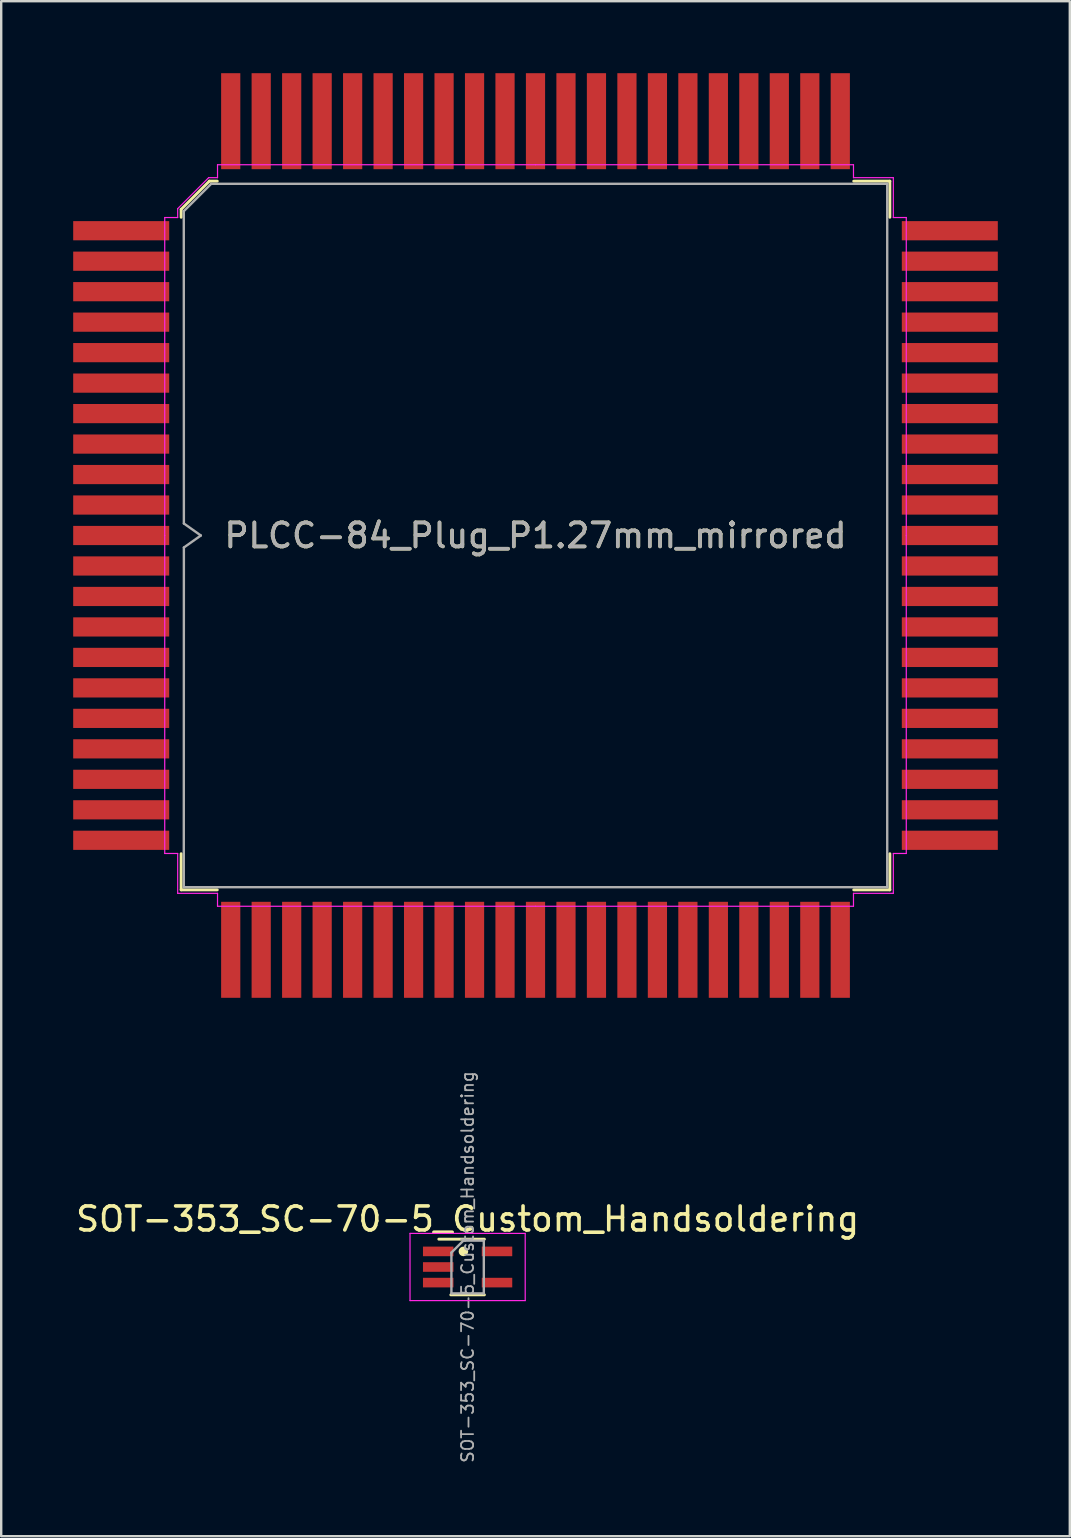
<source format=kicad_pcb>
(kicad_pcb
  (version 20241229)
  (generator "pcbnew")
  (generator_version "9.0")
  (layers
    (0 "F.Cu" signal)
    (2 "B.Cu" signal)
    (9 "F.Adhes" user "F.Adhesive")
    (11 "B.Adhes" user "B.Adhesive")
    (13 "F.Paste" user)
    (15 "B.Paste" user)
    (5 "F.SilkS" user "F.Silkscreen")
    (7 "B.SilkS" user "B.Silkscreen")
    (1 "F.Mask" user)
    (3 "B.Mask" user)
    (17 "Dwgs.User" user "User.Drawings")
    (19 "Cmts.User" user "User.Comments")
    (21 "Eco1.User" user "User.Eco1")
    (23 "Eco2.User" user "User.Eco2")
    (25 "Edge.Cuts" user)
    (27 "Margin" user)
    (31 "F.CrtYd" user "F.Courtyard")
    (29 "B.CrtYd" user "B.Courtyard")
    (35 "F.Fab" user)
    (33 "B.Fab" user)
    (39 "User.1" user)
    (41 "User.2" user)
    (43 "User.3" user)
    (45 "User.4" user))
  (footprint "PLCC-84_Plug_P1.27mm_mirrored"
    (layer "F.Cu")
    (at 19.264 19.264)
    (property "Reference" "PLCC-84_Plug_P1.27mm_mirrored" (at 0 0.001 180) (layer "F.SilkS") (effects (font (size 1 1) (thickness 0.15))))
    (attr smd)
    (fp_line (start -14.766 -13.591) (end -14.766 -13.26) (stroke (width 0.12) (type solid)) (layer "F.SilkS"))
    (fp_line (start -14.766 14.766) (end -14.766 13.26) (stroke (width 0.12) (type solid)) (layer "F.SilkS"))
    (fp_line (start -13.591 -14.766) (end -14.766 -13.591) (stroke (width 0.12) (type solid)) (layer "F.SilkS"))
    (fp_line (start -13.26 -14.766) (end -13.591 -14.766) (stroke (width 0.12) (type solid)) (layer "F.SilkS"))
    (fp_line (start -13.26 14.766) (end -14.766 14.766) (stroke (width 0.12) (type solid)) (layer "F.SilkS"))
    (fp_line (start 13.26 -14.766) (end 14.766 -14.766) (stroke (width 0.12) (type solid)) (layer "F.SilkS"))
    (fp_line (start 13.26 14.766) (end 14.766 14.766) (stroke (width 0.12) (type solid)) (layer "F.SilkS"))
    (fp_line (start 14.766 -14.766) (end 14.766 -13.26) (stroke (width 0.12) (type solid)) (layer "F.SilkS"))
    (fp_line (start 14.766 14.766) (end 14.766 13.26) (stroke (width 0.12) (type solid)) (layer "F.SilkS"))
    (fp_line (start -15.45 -13.25) (end -15.45 0) (stroke (width 0.05) (type solid)) (layer "F.CrtYd"))
    (fp_line (start -15.45 13.25) (end -15.45 0) (stroke (width 0.05) (type solid)) (layer "F.CrtYd"))
    (fp_line (start -14.91 -13.62) (end -14.91 -13.25) (stroke (width 0.05) (type solid)) (layer "F.CrtYd"))
    (fp_line (start -14.91 -13.25) (end -15.45 -13.25) (stroke (width 0.05) (type solid)) (layer "F.CrtYd"))
    (fp_line (start -14.91 13.25) (end -15.45 13.25) (stroke (width 0.05) (type solid)) (layer "F.CrtYd"))
    (fp_line (start -14.91 14.91) (end -14.91 13.25) (stroke (width 0.05) (type solid)) (layer "F.CrtYd"))
    (fp_line (start -13.62 -14.91) (end -14.91 -13.62) (stroke (width 0.05) (type solid)) (layer "F.CrtYd"))
    (fp_line (start -13.25 -15.45) (end -13.25 -14.91) (stroke (width 0.05) (type solid)) (layer "F.CrtYd"))
    (fp_line (start -13.25 -14.91) (end -13.62 -14.91) (stroke (width 0.05) (type solid)) (layer "F.CrtYd"))
    (fp_line (start -13.25 14.91) (end -14.91 14.91) (stroke (width 0.05) (type solid)) (layer "F.CrtYd"))
    (fp_line (start -13.25 15.45) (end -13.25 14.91) (stroke (width 0.05) (type solid)) (layer "F.CrtYd"))
    (fp_line (start 0 -15.45) (end -13.25 -15.45) (stroke (width 0.05) (type solid)) (layer "F.CrtYd"))
    (fp_line (start 0 -15.45) (end 13.25 -15.45) (stroke (width 0.05) (type solid)) (layer "F.CrtYd"))
    (fp_line (start 0 15.45) (end -13.25 15.45) (stroke (width 0.05) (type solid)) (layer "F.CrtYd"))
    (fp_line (start 0 15.45) (end 13.25 15.45) (stroke (width 0.05) (type solid)) (layer "F.CrtYd"))
    (fp_line (start 13.25 -15.45) (end 13.25 -14.91) (stroke (width 0.05) (type solid)) (layer "F.CrtYd"))
    (fp_line (start 13.25 -14.91) (end 14.91 -14.91) (stroke (width 0.05) (type solid)) (layer "F.CrtYd"))
    (fp_line (start 13.25 14.91) (end 14.91 14.91) (stroke (width 0.05) (type solid)) (layer "F.CrtYd"))
    (fp_line (start 13.25 15.45) (end 13.25 14.91) (stroke (width 0.05) (type solid)) (layer "F.CrtYd"))
    (fp_line (start 14.91 -14.91) (end 14.91 -13.25) (stroke (width 0.05) (type solid)) (layer "F.CrtYd"))
    (fp_line (start 14.91 -13.25) (end 15.45 -13.25) (stroke (width 0.05) (type solid)) (layer "F.CrtYd"))
    (fp_line (start 14.91 13.25) (end 15.45 13.25) (stroke (width 0.05) (type solid)) (layer "F.CrtYd"))
    (fp_line (start 14.91 14.91) (end 14.91 13.25) (stroke (width 0.05) (type solid)) (layer "F.CrtYd"))
    (fp_line (start 15.45 -13.25) (end 15.45 0) (stroke (width 0.05) (type solid)) (layer "F.CrtYd"))
    (fp_line (start 15.45 13.25) (end 15.45 0) (stroke (width 0.05) (type solid)) (layer "F.CrtYd"))
    (fp_line (start -14.656 -13.513) (end -13.513 -14.656) (stroke (width 0.1) (type solid)) (layer "F.Fab"))
    (fp_line (start -14.656 14.656) (end -14.652 0.5) (stroke (width 0.1) (type solid)) (layer "F.Fab"))
    (fp_line (start -14.652 -0.5) (end -14.656 -13.513) (stroke (width 0.1) (type solid)) (layer "F.Fab"))
    (fp_line (start -14.652 0.5) (end -13.945 0) (stroke (width 0.1) (type solid)) (layer "F.Fab"))
    (fp_line (start -13.945 0) (end -14.652 -0.5) (stroke (width 0.1) (type solid)) (layer "F.Fab"))
    (fp_line (start -13.513 -14.656) (end 14.656 -14.656) (stroke (width 0.1) (type solid)) (layer "F.Fab"))
    (fp_line (start 14.656 -14.656) (end 14.656 14.656) (stroke (width 0.1) (type solid)) (layer "F.Fab"))
    (fp_line (start 14.656 14.656) (end -14.656 14.656) (stroke (width 0.1) (type solid)) (layer "F.Fab"))
    (fp_text user "${REFERENCE}" (at 0 0 180) (layer "F.Fab") (effects (font (size 1 1) (thickness 0.15))))
    (pad "1" smd rect (at -17.264 0) (size 4 0.8) (layers "F.Cu" "F.Mask" "F.Paste"))
    (pad "2" smd rect (at -17.264 -1.27) (size 4 0.8) (layers "F.Cu" "F.Mask" "F.Paste"))
    (pad "3" smd rect (at -17.264 -2.54) (size 4 0.8) (layers "F.Cu" "F.Mask" "F.Paste"))
    (pad "4" smd rect (at -17.264 -3.81) (size 4 0.8) (layers "F.Cu" "F.Mask" "F.Paste"))
    (pad "5" smd rect (at -17.264 -5.08) (size 4 0.8) (layers "F.Cu" "F.Mask" "F.Paste"))
    (pad "6" smd rect (at -17.264 -6.35) (size 4 0.8) (layers "F.Cu" "F.Mask" "F.Paste"))
    (pad "7" smd rect (at -17.264 -7.62) (size 4 0.8) (layers "F.Cu" "F.Mask" "F.Paste"))
    (pad "8" smd rect (at -17.264 -8.89) (size 4 0.8) (layers "F.Cu" "F.Mask" "F.Paste"))
    (pad "9" smd rect (at -17.264 -10.16) (size 4 0.8) (layers "F.Cu" "F.Mask" "F.Paste"))
    (pad "10" smd rect (at -17.264 -11.43) (size 4 0.8) (layers "F.Cu" "F.Mask" "F.Paste"))
    (pad "11" smd rect (at -17.264 -12.7) (size 4 0.8) (layers "F.Cu" "F.Mask" "F.Paste"))
    (pad "12" smd rect (at -12.7 -17.264) (size 0.8 4) (layers "F.Cu" "F.Mask" "F.Paste"))
    (pad "13" smd rect (at -11.43 -17.264) (size 0.8 4) (layers "F.Cu" "F.Mask" "F.Paste"))
    (pad "14" smd rect (at -10.16 -17.264) (size 0.8 4) (layers "F.Cu" "F.Mask" "F.Paste"))
    (pad "15" smd rect (at -8.89 -17.264) (size 0.8 4) (layers "F.Cu" "F.Mask" "F.Paste"))
    (pad "16" smd rect (at -7.62 -17.264) (size 0.8 4) (layers "F.Cu" "F.Mask" "F.Paste"))
    (pad "17" smd rect (at -6.35 -17.264) (size 0.8 4) (layers "F.Cu" "F.Mask" "F.Paste"))
    (pad "18" smd rect (at -5.08 -17.264) (size 0.8 4) (layers "F.Cu" "F.Mask" "F.Paste"))
    (pad "19" smd rect (at -3.81 -17.264) (size 0.8 4) (layers "F.Cu" "F.Mask" "F.Paste"))
    (pad "20" smd rect (at -2.54 -17.264) (size 0.8 4) (layers "F.Cu" "F.Mask" "F.Paste"))
    (pad "21" smd rect (at -1.27 -17.264) (size 0.8 4) (layers "F.Cu" "F.Mask" "F.Paste"))
    (pad "22" smd rect (at 0 -17.264) (size 0.8 4) (layers "F.Cu" "F.Mask" "F.Paste"))
    (pad "23" smd rect (at 1.27 -17.264) (size 0.8 4) (layers "F.Cu" "F.Mask" "F.Paste"))
    (pad "24" smd rect (at 2.54 -17.264) (size 0.8 4) (layers "F.Cu" "F.Mask" "F.Paste"))
    (pad "25" smd rect (at 3.81 -17.264) (size 0.8 4) (layers "F.Cu" "F.Mask" "F.Paste"))
    (pad "26" smd rect (at 5.08 -17.264) (size 0.8 4) (layers "F.Cu" "F.Mask" "F.Paste"))
    (pad "27" smd rect (at 6.35 -17.264) (size 0.8 4) (layers "F.Cu" "F.Mask" "F.Paste"))
    (pad "28" smd rect (at 7.62 -17.264) (size 0.8 4) (layers "F.Cu" "F.Mask" "F.Paste"))
    (pad "29" smd rect (at 8.89 -17.264) (size 0.8 4) (layers "F.Cu" "F.Mask" "F.Paste"))
    (pad "30" smd rect (at 10.16 -17.264) (size 0.8 4) (layers "F.Cu" "F.Mask" "F.Paste"))
    (pad "31" smd rect (at 11.43 -17.264) (size 0.8 4) (layers "F.Cu" "F.Mask" "F.Paste"))
    (pad "32" smd rect (at 12.7 -17.264) (size 0.8 4) (layers "F.Cu" "F.Mask" "F.Paste"))
    (pad "33" smd rect (at 17.264 -12.7) (size 4 0.8) (layers "F.Cu" "F.Mask" "F.Paste"))
    (pad "34" smd rect (at 17.264 -11.43) (size 4 0.8) (layers "F.Cu" "F.Mask" "F.Paste"))
    (pad "35" smd rect (at 17.264 -10.16) (size 4 0.8) (layers "F.Cu" "F.Mask" "F.Paste"))
    (pad "36" smd rect (at 17.264 -8.89) (size 4 0.8) (layers "F.Cu" "F.Mask" "F.Paste"))
    (pad "37" smd rect (at 17.264 -7.62) (size 4 0.8) (layers "F.Cu" "F.Mask" "F.Paste"))
    (pad "38" smd rect (at 17.264 -6.35) (size 4 0.8) (layers "F.Cu" "F.Mask" "F.Paste"))
    (pad "39" smd rect (at 17.264 -5.08) (size 4 0.8) (layers "F.Cu" "F.Mask" "F.Paste"))
    (pad "40" smd rect (at 17.264 -3.81) (size 4 0.8) (layers "F.Cu" "F.Mask" "F.Paste"))
    (pad "41" smd rect (at 17.264 -2.54) (size 4 0.8) (layers "F.Cu" "F.Mask" "F.Paste"))
    (pad "42" smd rect (at 17.264 -1.27) (size 4 0.8) (layers "F.Cu" "F.Mask" "F.Paste"))
    (pad "43" smd rect (at 17.264 0) (size 4 0.8) (layers "F.Cu" "F.Mask" "F.Paste"))
    (pad "44" smd rect (at 17.264 1.27) (size 4 0.8) (layers "F.Cu" "F.Mask" "F.Paste"))
    (pad "45" smd rect (at 17.264 2.54) (size 4 0.8) (layers "F.Cu" "F.Mask" "F.Paste"))
    (pad "46" smd rect (at 17.264 3.81) (size 4 0.8) (layers "F.Cu" "F.Mask" "F.Paste"))
    (pad "47" smd rect (at 17.264 5.08) (size 4 0.8) (layers "F.Cu" "F.Mask" "F.Paste"))
    (pad "48" smd rect (at 17.264 6.35) (size 4 0.8) (layers "F.Cu" "F.Mask" "F.Paste"))
    (pad "49" smd rect (at 17.264 7.62) (size 4 0.8) (layers "F.Cu" "F.Mask" "F.Paste"))
    (pad "50" smd rect (at 17.264 8.89) (size 4 0.8) (layers "F.Cu" "F.Mask" "F.Paste"))
    (pad "51" smd rect (at 17.264 10.16) (size 4 0.8) (layers "F.Cu" "F.Mask" "F.Paste"))
    (pad "52" smd rect (at 17.264 11.43) (size 4 0.8) (layers "F.Cu" "F.Mask" "F.Paste"))
    (pad "53" smd rect (at 17.264 12.7) (size 4 0.8) (layers "F.Cu" "F.Mask" "F.Paste"))
    (pad "54" smd rect (at 12.7 17.264) (size 0.8 4) (layers "F.Cu" "F.Mask" "F.Paste"))
    (pad "55" smd rect (at 11.43 17.264) (size 0.8 4) (layers "F.Cu" "F.Mask" "F.Paste"))
    (pad "56" smd rect (at 10.16 17.264) (size 0.8 4) (layers "F.Cu" "F.Mask" "F.Paste"))
    (pad "57" smd rect (at 8.89 17.264) (size 0.8 4) (layers "F.Cu" "F.Mask" "F.Paste"))
    (pad "58" smd rect (at 7.62 17.264) (size 0.8 4) (layers "F.Cu" "F.Mask" "F.Paste"))
    (pad "59" smd rect (at 6.35 17.264) (size 0.8 4) (layers "F.Cu" "F.Mask" "F.Paste"))
    (pad "60" smd rect (at 5.08 17.264) (size 0.8 4) (layers "F.Cu" "F.Mask" "F.Paste"))
    (pad "61" smd rect (at 3.81 17.264) (size 0.8 4) (layers "F.Cu" "F.Mask" "F.Paste"))
    (pad "62" smd rect (at 2.54 17.264) (size 0.8 4) (layers "F.Cu" "F.Mask" "F.Paste"))
    (pad "63" smd rect (at 1.27 17.264) (size 0.8 4) (layers "F.Cu" "F.Mask" "F.Paste"))
    (pad "64" smd rect (at 0 17.264) (size 0.8 4) (layers "F.Cu" "F.Mask" "F.Paste"))
    (pad "65" smd rect (at -1.27 17.264) (size 0.8 4) (layers "F.Cu" "F.Mask" "F.Paste"))
    (pad "66" smd rect (at -2.54 17.264) (size 0.8 4) (layers "F.Cu" "F.Mask" "F.Paste"))
    (pad "67" smd rect (at -3.81 17.264) (size 0.8 4) (layers "F.Cu" "F.Mask" "F.Paste"))
    (pad "68" smd rect (at -5.08 17.264) (size 0.8 4) (layers "F.Cu" "F.Mask" "F.Paste"))
    (pad "69" smd rect (at -6.35 17.264) (size 0.8 4) (layers "F.Cu" "F.Mask" "F.Paste"))
    (pad "70" smd rect (at -7.62 17.264) (size 0.8 4) (layers "F.Cu" "F.Mask" "F.Paste"))
    (pad "71" smd rect (at -8.89 17.264) (size 0.8 4) (layers "F.Cu" "F.Mask" "F.Paste"))
    (pad "72" smd rect (at -10.16 17.264) (size 0.8 4) (layers "F.Cu" "F.Mask" "F.Paste"))
    (pad "73" smd rect (at -11.43 17.264) (size 0.8 4) (layers "F.Cu" "F.Mask" "F.Paste"))
    (pad "74" smd rect (at -12.7 17.264) (size 0.8 4) (layers "F.Cu" "F.Mask" "F.Paste"))
    (pad "75" smd rect (at -17.264 12.7) (size 4 0.8) (layers "F.Cu" "F.Mask" "F.Paste"))
    (pad "76" smd rect (at -17.264 11.43) (size 4 0.8) (layers "F.Cu" "F.Mask" "F.Paste"))
    (pad "77" smd rect (at -17.264 10.16) (size 4 0.8) (layers "F.Cu" "F.Mask" "F.Paste"))
    (pad "78" smd rect (at -17.264 8.89) (size 4 0.8) (layers "F.Cu" "F.Mask" "F.Paste"))
    (pad "79" smd rect (at -17.264 7.62) (size 4 0.8) (layers "F.Cu" "F.Mask" "F.Paste"))
    (pad "80" smd rect (at -17.264 6.35) (size 4 0.8) (layers "F.Cu" "F.Mask" "F.Paste"))
    (pad "81" smd rect (at -17.264 5.08) (size 4 0.8) (layers "F.Cu" "F.Mask" "F.Paste"))
    (pad "82" smd rect (at -17.264 3.81) (size 4 0.8) (layers "F.Cu" "F.Mask" "F.Paste"))
    (pad "83" smd rect (at -17.264 2.54) (size 4 0.8) (layers "F.Cu" "F.Mask" "F.Paste"))
    (pad "84" smd rect (at -17.264 1.27) (size 4 0.8) (layers "F.Cu" "F.Mask" "F.Paste")))
  (footprint "SOT-353_SC-70-5_Custom_Handsoldering"
    (layer "F.Cu")
    (at 16.435 49.745)
    (property "Reference" "SOT-353_SC-70-5_Custom_Handsoldering" (at 0 -2 0) (layer "F.SilkS") (effects (font (size 1 1) (thickness 0.15))))
    (attr smd)
    (fp_line (start -0.7 1.16) (end 0.7 1.16) (stroke (width 0.12) (type solid)) (layer "F.SilkS"))
    (fp_line (start 0.7 -1.16) (end -1.2 -1.16) (stroke (width 0.12) (type solid)) (layer "F.SilkS"))
    (fp_circle (center -0.175 -0.65) (end -0.075 -0.65) (stroke (width 0.2) (type solid)) (fill no) (layer "F.SilkS"))
    (fp_line (start -2.4 -1.4) (end -2.4 1.4) (stroke (width 0.05) (type solid)) (layer "F.CrtYd"))
    (fp_line (start -2.4 -1.4) (end 2.4 -1.4) (stroke (width 0.05) (type solid)) (layer "F.CrtYd"))
    (fp_line (start -2.4 1.4) (end 2.4 1.4) (stroke (width 0.05) (type solid)) (layer "F.CrtYd"))
    (fp_line (start 2.4 1.4) (end 2.4 -1.4) (stroke (width 0.05) (type solid)) (layer "F.CrtYd"))
    (fp_line (start -0.675 -0.6) (end -0.675 1.1) (stroke (width 0.1) (type solid)) (layer "F.Fab"))
    (fp_line (start -0.175 -1.1) (end -0.675 -0.6) (stroke (width 0.1) (type solid)) (layer "F.Fab"))
    (fp_line (start 0.675 -1.1) (end -0.175 -1.1) (stroke (width 0.1) (type solid)) (layer "F.Fab"))
    (fp_line (start 0.675 -1.1) (end 0.675 1.1) (stroke (width 0.1) (type solid)) (layer "F.Fab"))
    (fp_line (start 0.675 1.1) (end -0.675 1.1) (stroke (width 0.1) (type solid)) (layer "F.Fab"))
    (fp_text user "${REFERENCE}" (at 0 0 90) (layer "F.Fab") (effects (font (size 0.5 0.5) (thickness 0.075))))
    (pad "1" smd rect (at -1.225 -0.65) (size 1.27 0.4) (layers "F.Cu" "F.Mask" "F.Paste"))
    (pad "2" smd rect (at -1.225 0) (size 1.27 0.4) (layers "F.Cu" "F.Mask" "F.Paste"))
    (pad "3" smd rect (at -1.225 0.65) (size 1.27 0.4) (layers "F.Cu" "F.Mask" "F.Paste"))
    (pad "4" smd rect (at 1.225 0.65) (size 1.27 0.4) (layers "F.Cu" "F.Mask" "F.Paste"))
    (pad "5" smd rect (at 1.225 -0.65) (size 1.27 0.4) (layers "F.Cu" "F.Mask" "F.Paste")))
  (gr_rect
    (start -3 -3)
    (end 41.528 60.963)
    (stroke (width 0.1) (type default))
    (fill no)
    (layer "Edge.Cuts")))
</source>
